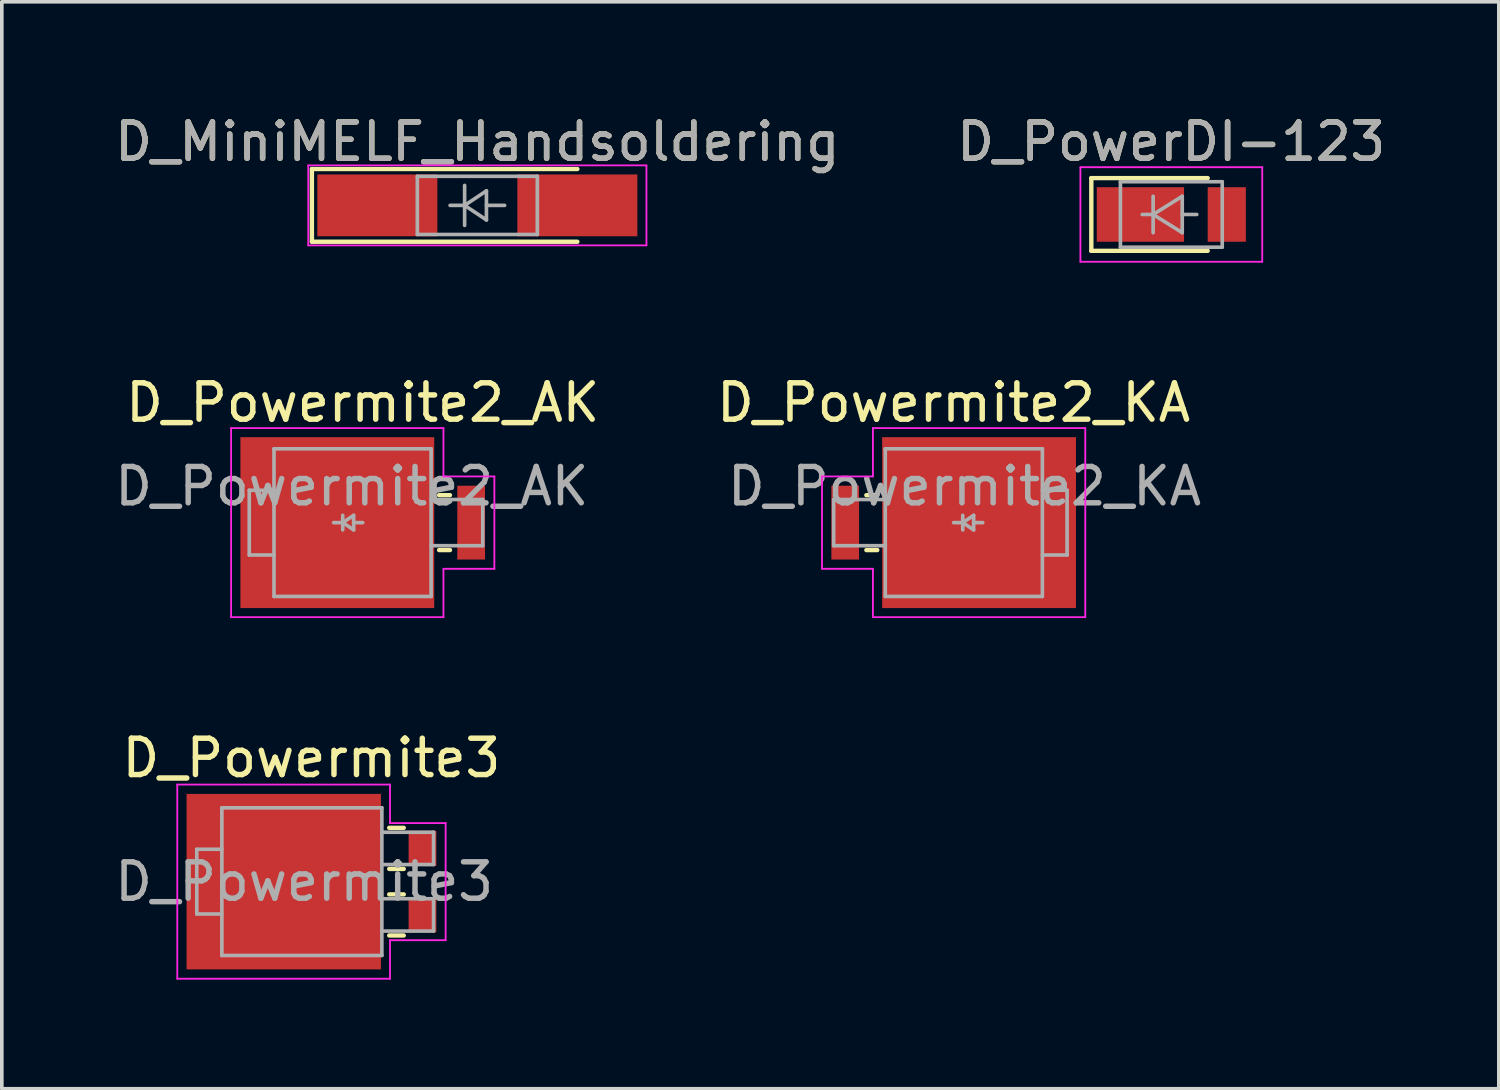
<source format=kicad_pcb>
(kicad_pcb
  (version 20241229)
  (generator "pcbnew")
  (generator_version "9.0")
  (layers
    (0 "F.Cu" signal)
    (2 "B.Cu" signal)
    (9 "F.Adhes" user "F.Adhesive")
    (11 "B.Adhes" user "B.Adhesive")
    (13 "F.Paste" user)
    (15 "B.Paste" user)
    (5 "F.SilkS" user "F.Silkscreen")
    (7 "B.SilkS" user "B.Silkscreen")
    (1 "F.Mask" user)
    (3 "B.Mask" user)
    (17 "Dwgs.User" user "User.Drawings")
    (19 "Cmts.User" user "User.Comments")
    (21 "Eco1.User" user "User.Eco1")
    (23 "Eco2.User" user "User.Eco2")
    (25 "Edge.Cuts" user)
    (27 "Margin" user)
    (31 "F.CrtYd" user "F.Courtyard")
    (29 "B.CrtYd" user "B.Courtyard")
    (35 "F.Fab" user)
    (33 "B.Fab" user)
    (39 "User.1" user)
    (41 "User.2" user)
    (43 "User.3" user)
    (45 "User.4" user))
  (footprint "D_PowerDI-123"
    (layer "F.Cu")
    (at 29.161 2.848)
    (property "Reference" "D_PowerDI-123" (at 0 -2 0) (layer "F.SilkS") (effects (font (size 1 1) (thickness 0.15))))
    (attr smd)
    (fp_line (start -2.2 1) (end -2.2 -1) (stroke (width 0.12) (type solid)) (layer "F.SilkS"))
    (fp_line (start -2.2 1) (end 1 1) (stroke (width 0.12) (type solid)) (layer "F.SilkS"))
    (fp_line (start 1 -1) (end -2.2 -1) (stroke (width 0.12) (type solid)) (layer "F.SilkS"))
    (fp_line (start -2.5 -1.3) (end 2.5 -1.3) (stroke (width 0.05) (type solid)) (layer "F.CrtYd"))
    (fp_line (start -2.5 1.3) (end -2.5 -1.3) (stroke (width 0.05) (type solid)) (layer "F.CrtYd"))
    (fp_line (start 2.5 -1.3) (end 2.5 1.3) (stroke (width 0.05) (type solid)) (layer "F.CrtYd"))
    (fp_line (start 2.5 1.3) (end -2.5 1.3) (stroke (width 0.05) (type solid)) (layer "F.CrtYd"))
    (fp_line (start -1.4 -0.9) (end 1.4 -0.9) (stroke (width 0.1) (type solid)) (layer "F.Fab"))
    (fp_line (start -1.4 0.9) (end -1.4 -0.9) (stroke (width 0.1) (type solid)) (layer "F.Fab"))
    (fp_line (start -0.8 0) (end -0.5 0) (stroke (width 0.1) (type solid)) (layer "F.Fab"))
    (fp_line (start -0.5 0) (end -0.5 -0.5) (stroke (width 0.1) (type solid)) (layer "F.Fab"))
    (fp_line (start -0.5 0) (end -0.5 0.5) (stroke (width 0.1) (type solid)) (layer "F.Fab"))
    (fp_line (start -0.5 0) (end 0.3 0.5) (stroke (width 0.1) (type solid)) (layer "F.Fab"))
    (fp_line (start 0.3 -0.5) (end -0.5 0) (stroke (width 0.1) (type solid)) (layer "F.Fab"))
    (fp_line (start 0.3 0) (end 0.7 0) (stroke (width 0.1) (type solid)) (layer "F.Fab"))
    (fp_line (start 0.3 0.5) (end 0.3 -0.5) (stroke (width 0.1) (type solid)) (layer "F.Fab"))
    (fp_line (start 1.4 -0.9) (end 1.4 0.9) (stroke (width 0.1) (type solid)) (layer "F.Fab"))
    (fp_line (start 1.4 0.9) (end -1.4 0.9) (stroke (width 0.1) (type solid)) (layer "F.Fab"))
    (fp_text user "${REFERENCE}" (at 0 -2 0) (layer "F.Fab") (effects (font (size 1 1) (thickness 0.15))))
    (pad "1" smd rect (at -0.85 0 180) (size 2.4 1.5) (layers "F.Cu" "F.Mask" "F.Paste"))
    (pad "2" smd rect (at 1.525 0 180) (size 1.05 1.5) (layers "F.Cu" "F.Mask" "F.Paste")))
  (footprint "D_Powermite3"
    (layer "F.Cu")
    (at 5.515 21.195)
    (property "Reference" "D_Powermite3" (at 0 -3.4 0) (layer "F.SilkS") (effects (font (size 1 1) (thickness 0.15))))
    (attr smd)
    (fp_line (start 2.538 -1.48) (end 2.138 -1.48) (stroke (width 0.12) (type solid)) (layer "F.SilkS"))
    (fp_line (start 2.538 -0.35) (end 2.138 -0.35) (stroke (width 0.12) (type solid)) (layer "F.SilkS"))
    (fp_line (start 2.538 0.35) (end 2.138 0.35) (stroke (width 0.12) (type solid)) (layer "F.SilkS"))
    (fp_line (start 2.538 1.48) (end 2.138 1.48) (stroke (width 0.12) (type solid)) (layer "F.SilkS"))
    (fp_line (start -3.69 -2.67) (end -3.69 2.67) (stroke (width 0.05) (type solid)) (layer "F.CrtYd"))
    (fp_line (start -3.69 2.67) (end 2.16 2.67) (stroke (width 0.05) (type solid)) (layer "F.CrtYd"))
    (fp_line (start 2.16 -2.67) (end -3.69 -2.67) (stroke (width 0.05) (type solid)) (layer "F.CrtYd"))
    (fp_line (start 2.16 -1.61) (end 2.16 -2.67) (stroke (width 0.05) (type solid)) (layer "F.CrtYd"))
    (fp_line (start 2.16 1.61) (end 3.69 1.61) (stroke (width 0.05) (type solid)) (layer "F.CrtYd"))
    (fp_line (start 2.16 2.67) (end 2.16 1.61) (stroke (width 0.05) (type solid)) (layer "F.CrtYd"))
    (fp_line (start 3.69 -1.61) (end 2.16 -1.61) (stroke (width 0.05) (type solid)) (layer "F.CrtYd"))
    (fp_line (start 3.69 1.61) (end 3.69 -1.61) (stroke (width 0.05) (type solid)) (layer "F.CrtYd"))
    (fp_line (start -3.154 -0.89) (end -2.464 -0.89) (stroke (width 0.1) (type solid)) (layer "F.Fab"))
    (fp_line (start -3.154 0.89) (end -3.154 -0.89) (stroke (width 0.1) (type solid)) (layer "F.Fab"))
    (fp_line (start -2.464 -2.03) (end -2.464 2.03) (stroke (width 0.1) (type solid)) (layer "F.Fab"))
    (fp_line (start -2.464 0.89) (end -3.154 0.89) (stroke (width 0.1) (type solid)) (layer "F.Fab"))
    (fp_line (start -2.464 2.03) (end 1.936 2.03) (stroke (width 0.1) (type solid)) (layer "F.Fab"))
    (fp_line (start 1.936 -2.03) (end -2.464 -2.03) (stroke (width 0.1) (type solid)) (layer "F.Fab"))
    (fp_line (start 1.936 2.03) (end 1.936 -2.03) (stroke (width 0.1) (type solid)) (layer "F.Fab"))
    (fp_line (start 3.358 -1.359) (end 1.936 -1.359) (stroke (width 0.1) (type solid)) (layer "F.Fab"))
    (fp_line (start 3.358 -0.47) (end 1.936 -0.47) (stroke (width 0.1) (type solid)) (layer "F.Fab"))
    (fp_line (start 3.358 -0.47) (end 3.358 -1.359) (stroke (width 0.1) (type solid)) (layer "F.Fab"))
    (fp_line (start 3.358 0.47) (end 1.936 0.47) (stroke (width 0.1) (type solid)) (layer "F.Fab"))
    (fp_line (start 3.358 1.359) (end 1.936 1.359) (stroke (width 0.1) (type solid)) (layer "F.Fab"))
    (fp_line (start 3.358 1.359) (end 3.358 0.47) (stroke (width 0.1) (type solid)) (layer "F.Fab"))
    (fp_text user "${REFERENCE}" (at -0.2 0 0) (layer "F.Fab") (effects (font (size 1 1) (thickness 0.15))))
    (pad "1" smd rect (at -0.762 0 180) (size 5.344 4.826) (layers "F.Cu" "F.Mask" "F.Paste"))
    (pad "2" smd rect (at 3.053 -0.914 180) (size 0.762 0.965) (layers "F.Cu" "F.Mask" "F.Paste"))
    (pad "3" smd rect (at 3.053 0.914 180) (size 0.762 0.965) (layers "F.Cu" "F.Mask" "F.Paste")))
  (footprint "D_MiniMELF_Handsoldering"
    (layer "F.Cu")
    (at 10.077 2.598)
    (property "Reference" "D_MiniMELF_Handsoldering" (at 0 -1.75 0) (layer "F.SilkS") (effects (font (size 1 1) (thickness 0.15))))
    (attr smd)
    (fp_line (start -4.55 -1) (end -4.55 1) (stroke (width 0.12) (type solid)) (layer "F.SilkS"))
    (fp_line (start -4.55 1) (end 2.75 1) (stroke (width 0.12) (type solid)) (layer "F.SilkS"))
    (fp_line (start 2.75 -1) (end -4.55 -1) (stroke (width 0.12) (type solid)) (layer "F.SilkS"))
    (fp_line (start -4.65 -1.1) (end 4.65 -1.1) (stroke (width 0.05) (type solid)) (layer "F.CrtYd"))
    (fp_line (start -4.65 1.1) (end -4.65 -1.1) (stroke (width 0.05) (type solid)) (layer "F.CrtYd"))
    (fp_line (start 4.65 -1.1) (end 4.65 1.1) (stroke (width 0.05) (type solid)) (layer "F.CrtYd"))
    (fp_line (start 4.65 1.1) (end -4.65 1.1) (stroke (width 0.05) (type solid)) (layer "F.CrtYd"))
    (fp_line (start -1.65 -0.8) (end 1.65 -0.8) (stroke (width 0.1) (type solid)) (layer "F.Fab"))
    (fp_line (start -1.65 0.8) (end -1.65 -0.8) (stroke (width 0.1) (type solid)) (layer "F.Fab"))
    (fp_line (start -0.75 0) (end -0.35 0) (stroke (width 0.1) (type solid)) (layer "F.Fab"))
    (fp_line (start -0.35 0) (end -0.35 -0.55) (stroke (width 0.1) (type solid)) (layer "F.Fab"))
    (fp_line (start -0.35 0) (end -0.35 0.55) (stroke (width 0.1) (type solid)) (layer "F.Fab"))
    (fp_line (start -0.35 0) (end 0.25 -0.4) (stroke (width 0.1) (type solid)) (layer "F.Fab"))
    (fp_line (start 0.25 -0.4) (end 0.25 0.4) (stroke (width 0.1) (type solid)) (layer "F.Fab"))
    (fp_line (start 0.25 0) (end 0.75 0) (stroke (width 0.1) (type solid)) (layer "F.Fab"))
    (fp_line (start 0.25 0.4) (end -0.35 0) (stroke (width 0.1) (type solid)) (layer "F.Fab"))
    (fp_line (start 1.65 -0.8) (end 1.65 0.8) (stroke (width 0.1) (type solid)) (layer "F.Fab"))
    (fp_line (start 1.65 0.8) (end -1.65 0.8) (stroke (width 0.1) (type solid)) (layer "F.Fab"))
    (fp_text user "${REFERENCE}" (at 0 -1.75 0) (layer "F.Fab") (effects (font (size 1 1) (thickness 0.15))))
    (pad "1" smd rect (at -2.75 0) (size 3.3 1.7) (layers "F.Cu" "F.Mask" "F.Paste"))
    (pad "2" smd rect (at 2.75 0) (size 3.3 1.7) (layers "F.Cu" "F.Mask" "F.Paste")))
  (footprint "D_Powermite2_KA"
    (layer "F.Cu")
    (at 23.175 11.322)
    (property "Reference" "D_Powermite2_KA" (at 0 -3.3 0) (layer "F.SilkS") (effects (font (size 1 1) (thickness 0.15))))
    (attr smd)
    (fp_line (start -2.4 -0.755) (end -2.1 -0.755) (stroke (width 0.12) (type solid)) (layer "F.SilkS"))
    (fp_line (start -2.4 0.755) (end -2.1 0.755) (stroke (width 0.12) (type solid)) (layer "F.SilkS"))
    (fp_line (start -3.62 -1.27) (end -3.62 1.27) (stroke (width 0.05) (type solid)) (layer "F.CrtYd"))
    (fp_line (start -3.62 1.27) (end -2.22 1.27) (stroke (width 0.05) (type solid)) (layer "F.CrtYd"))
    (fp_line (start -2.22 -2.6) (end -2.22 -1.27) (stroke (width 0.05) (type solid)) (layer "F.CrtYd"))
    (fp_line (start -2.22 -1.27) (end -3.62 -1.27) (stroke (width 0.05) (type solid)) (layer "F.CrtYd"))
    (fp_line (start -2.22 1.27) (end -2.22 2.6) (stroke (width 0.05) (type solid)) (layer "F.CrtYd"))
    (fp_line (start -2.22 2.6) (end 3.62 2.6) (stroke (width 0.05) (type solid)) (layer "F.CrtYd"))
    (fp_line (start 3.62 -2.6) (end -2.22 -2.6) (stroke (width 0.05) (type solid)) (layer "F.CrtYd"))
    (fp_line (start 3.62 2.6) (end 3.62 -2.6) (stroke (width 0.05) (type solid)) (layer "F.CrtYd"))
    (fp_line (start -3.3 -0.635) (end -3.3 0.635) (stroke (width 0.1) (type solid)) (layer "F.Fab"))
    (fp_line (start -3.3 -0.635) (end -1.88 -0.635) (stroke (width 0.1) (type solid)) (layer "F.Fab"))
    (fp_line (start -3.3 0.635) (end -1.88 0.635) (stroke (width 0.1) (type solid)) (layer "F.Fab"))
    (fp_line (start -1.88 -2.03) (end -1.88 2.03) (stroke (width 0.1) (type solid)) (layer "F.Fab"))
    (fp_line (start -1.88 2.03) (end 2.44 2.03) (stroke (width 0.1) (type solid)) (layer "F.Fab"))
    (fp_line (start 0.25 0) (end 0 0) (stroke (width 0.1) (type solid)) (layer "F.Fab"))
    (fp_line (start 0.25 0) (end 0.55 0.2) (stroke (width 0.1) (type solid)) (layer "F.Fab"))
    (fp_line (start 0.25 0.2) (end 0.25 -0.2) (stroke (width 0.1) (type solid)) (layer "F.Fab"))
    (fp_line (start 0.55 -0.2) (end 0.25 0) (stroke (width 0.1) (type solid)) (layer "F.Fab"))
    (fp_line (start 0.55 0) (end 0.8 0) (stroke (width 0.1) (type solid)) (layer "F.Fab"))
    (fp_line (start 0.55 0.2) (end 0.55 -0.2) (stroke (width 0.1) (type solid)) (layer "F.Fab"))
    (fp_line (start 2.44 -2.03) (end -1.88 -2.03) (stroke (width 0.1) (type solid)) (layer "F.Fab"))
    (fp_line (start 2.44 -0.89) (end 3.12 -0.89) (stroke (width 0.1) (type solid)) (layer "F.Fab"))
    (fp_line (start 2.44 2.03) (end 2.44 -2.03) (stroke (width 0.1) (type solid)) (layer "F.Fab"))
    (fp_line (start 3.12 -0.89) (end 3.12 0.89) (stroke (width 0.1) (type solid)) (layer "F.Fab"))
    (fp_line (start 3.12 0.89) (end 2.44 0.89) (stroke (width 0.1) (type solid)) (layer "F.Fab"))
    (fp_text user "${REFERENCE}" (at 0.3 -1 0) (layer "F.Fab") (effects (font (size 1 1) (thickness 0.15))))
    (pad "1" smd rect (at -2.982 0) (size 0.762 2.03) (layers "F.Cu" "F.Mask" "F.Paste"))
    (pad "2" smd rect (at 0.699 0) (size 5.33 4.7) (layers "F.Cu" "F.Mask" "F.Paste")))
  (footprint "D_Powermite2_AK"
    (layer "F.Cu")
    (at 6.925 11.322)
    (property "Reference" "D_Powermite2_AK" (at 0 -3.3 0) (layer "F.SilkS") (effects (font (size 1 1) (thickness 0.15))))
    (attr smd)
    (fp_line (start 2.4 -0.755) (end 2.1 -0.755) (stroke (width 0.12) (type solid)) (layer "F.SilkS"))
    (fp_line (start 2.4 0.755) (end 2.1 0.755) (stroke (width 0.12) (type solid)) (layer "F.SilkS"))
    (fp_line (start -3.62 -2.6) (end -3.62 2.6) (stroke (width 0.05) (type solid)) (layer "F.CrtYd"))
    (fp_line (start -3.62 2.6) (end 2.22 2.6) (stroke (width 0.05) (type solid)) (layer "F.CrtYd"))
    (fp_line (start 2.22 -2.6) (end -3.62 -2.6) (stroke (width 0.05) (type solid)) (layer "F.CrtYd"))
    (fp_line (start 2.22 -1.27) (end 2.22 -2.6) (stroke (width 0.05) (type solid)) (layer "F.CrtYd"))
    (fp_line (start 2.22 1.27) (end 3.62 1.27) (stroke (width 0.05) (type solid)) (layer "F.CrtYd"))
    (fp_line (start 2.22 2.6) (end 2.22 1.27) (stroke (width 0.05) (type solid)) (layer "F.CrtYd"))
    (fp_line (start 3.62 -1.27) (end 2.22 -1.27) (stroke (width 0.05) (type solid)) (layer "F.CrtYd"))
    (fp_line (start 3.62 1.27) (end 3.62 -1.27) (stroke (width 0.05) (type solid)) (layer "F.CrtYd"))
    (fp_line (start -3.12 -0.89) (end -2.44 -0.89) (stroke (width 0.1) (type solid)) (layer "F.Fab"))
    (fp_line (start -3.12 0.89) (end -3.12 -0.89) (stroke (width 0.1) (type solid)) (layer "F.Fab"))
    (fp_line (start -2.44 -2.03) (end -2.44 2.03) (stroke (width 0.1) (type solid)) (layer "F.Fab"))
    (fp_line (start -2.44 0.89) (end -3.12 0.89) (stroke (width 0.1) (type solid)) (layer "F.Fab"))
    (fp_line (start -2.44 2.03) (end 1.88 2.03) (stroke (width 0.1) (type solid)) (layer "F.Fab"))
    (fp_line (start -0.55 0) (end -0.8 0) (stroke (width 0.1) (type solid)) (layer "F.Fab"))
    (fp_line (start -0.55 0) (end -0.25 0.2) (stroke (width 0.1) (type solid)) (layer "F.Fab"))
    (fp_line (start -0.55 0.2) (end -0.55 -0.2) (stroke (width 0.1) (type solid)) (layer "F.Fab"))
    (fp_line (start -0.25 -0.2) (end -0.55 0) (stroke (width 0.1) (type solid)) (layer "F.Fab"))
    (fp_line (start -0.25 0) (end 0 0) (stroke (width 0.1) (type solid)) (layer "F.Fab"))
    (fp_line (start -0.25 0.2) (end -0.25 -0.2) (stroke (width 0.1) (type solid)) (layer "F.Fab"))
    (fp_line (start 1.88 -2.03) (end -2.44 -2.03) (stroke (width 0.1) (type solid)) (layer "F.Fab"))
    (fp_line (start 1.88 2.03) (end 1.88 -2.03) (stroke (width 0.1) (type solid)) (layer "F.Fab"))
    (fp_line (start 3.3 -0.635) (end 1.88 -0.635) (stroke (width 0.1) (type solid)) (layer "F.Fab"))
    (fp_line (start 3.3 0.635) (end 1.88 0.635) (stroke (width 0.1) (type solid)) (layer "F.Fab"))
    (fp_line (start 3.3 0.635) (end 3.3 -0.635) (stroke (width 0.1) (type solid)) (layer "F.Fab"))
    (fp_text user "${REFERENCE}" (at -0.3 -1 0) (layer "F.Fab") (effects (font (size 1 1) (thickness 0.15))))
    (pad "1" smd rect (at -0.699 0) (size 5.33 4.7) (layers "F.Cu" "F.Mask" "F.Paste"))
    (pad "2" smd rect (at 2.982 0) (size 0.762 2.03) (layers "F.Cu" "F.Mask" "F.Paste")))
  (gr_rect
    (start -3 -3)
    (end 38.167 26.89)
    (stroke (width 0.1) (type default))
    (fill no)
    (layer "Edge.Cuts")))
</source>
